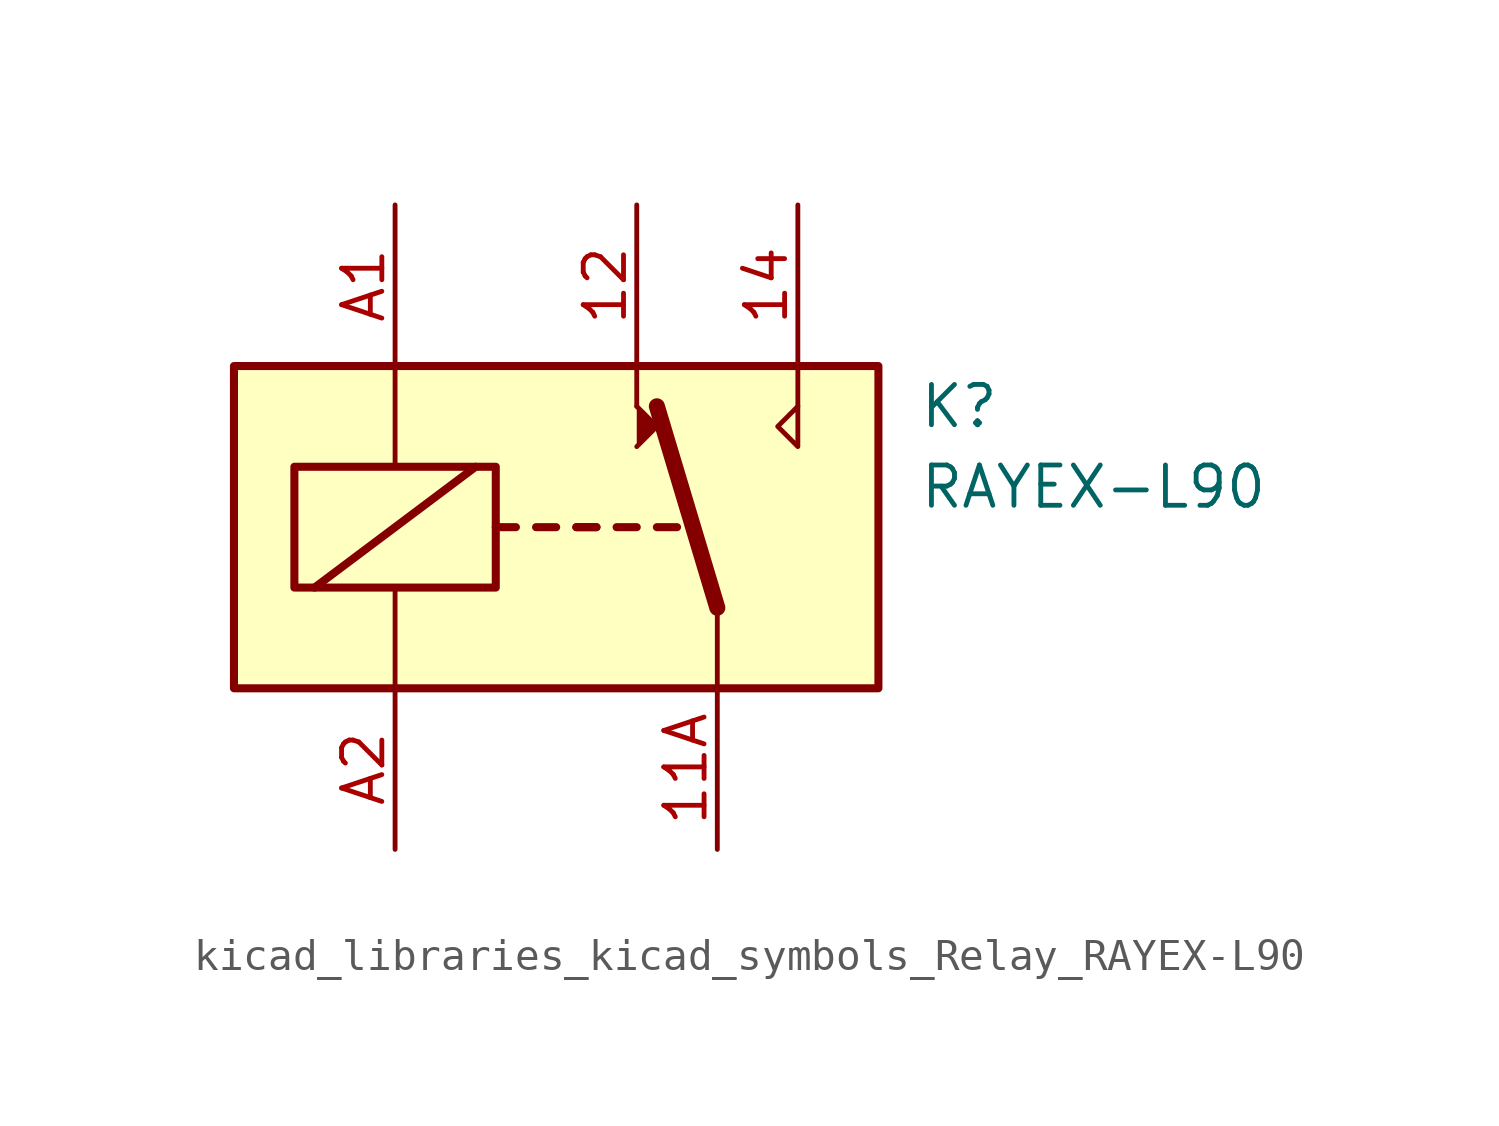
<source format=kicad_sym>
(kicad_symbol_lib
  (version 20220914)
  (generator kicad_symbol_editor)
  (symbol "kicad_libraries_kicad_symbols_Relay_RAYEX-L90"
    (property "Reference" "K"
      (at 11.43 3.81 0)
      (effects (font (size 1.27 1.27)) (justify left)))
    (property "Value" "RAYEX-L90"
      (at 11.43 1.27 0)
      (effects (font (size 1.27 1.27)) (justify left)))
    (symbol "kicad_libraries_kicad_symbols_Relay_RAYEX-L90_1_0"
      (polyline (pts (xy 2.54 3.81) (xy 2.54 5.08)) (stroke (width 0) (type default)) (fill (type none)))
      (polyline (pts (xy 7.62 3.81) (xy 7.62 5.08)) (stroke (width 0) (type default)) (fill (type none)))
      (polyline (pts (xy 7.62 3.81) (xy 7.62 2.54) (xy 6.985 3.175) (xy 7.62 3.81)) (stroke (width 0) (type default)) (fill (type none))))
    (symbol "kicad_libraries_kicad_symbols_Relay_RAYEX-L90_1_1"
      (rectangle (start -10.16 5.08) (end 10.16 -5.08) (stroke (width 0.254) (type default)) (fill (type background)))
      (rectangle (start -8.255 1.905) (end -1.905 -1.905) (stroke (width 0.254) (type default)) (fill (type none)))
      (polyline (pts (xy -7.62 -1.905) (xy -2.54 1.905)) (stroke (width 0.254) (type default)) (fill (type none)))
      (polyline (pts (xy -5.08 -5.08) (xy -5.08 -1.905)) (stroke (width 0) (type default)) (fill (type none)))
      (polyline (pts (xy -5.08 5.08) (xy -5.08 1.905)) (stroke (width 0) (type default)) (fill (type none)))
      (polyline (pts (xy -1.905 0) (xy -1.27 0)) (stroke (width 0.254) (type default)) (fill (type none)))
      (polyline (pts (xy -0.635 0) (xy 0 0)) (stroke (width 0.254) (type default)) (fill (type none)))
      (polyline (pts (xy 0.635 0) (xy 1.27 0)) (stroke (width 0.254) (type default)) (fill (type none)))
      (polyline (pts (xy 0.635 0) (xy 1.27 0)) (stroke (width 0.254) (type default)) (fill (type none)))
      (polyline (pts (xy 1.905 0) (xy 2.54 0)) (stroke (width 0.254) (type default)) (fill (type none)))
      (polyline (pts (xy 3.175 0) (xy 3.81 0)) (stroke (width 0.254) (type default)) (fill (type none)))
      (polyline (pts (xy 5.08 -2.54) (xy 3.175 3.81)) (stroke (width 0.508) (type default)) (fill (type none)))
      (polyline (pts (xy 5.08 -2.54) (xy 5.08 -5.08)) (stroke (width 0) (type default)) (fill (type none)))
      (polyline (pts (xy 2.54 2.54) (xy 3.175 3.175) (xy 2.54 3.81)) (stroke (width 0) (type default)) (fill (type outline)))
      (pin passive line (at 5.08 -10.16 90) (length 5.08) (name "~" (effects (font (size 1.27 1.27)))) (number "11A" (effects (font (size 1.27 1.27)))))
      (pin passive line (at 5.08 -10.16 90) (length 5.08) hide (name "~" (effects (font (size 1.27 1.27)))) (number "11B" (effects (font (size 1.27 1.27)))))
      (pin passive line (at 2.54 10.16 270) (length 5.08) (name "~" (effects (font (size 1.27 1.27)))) (number "12" (effects (font (size 1.27 1.27)))))
      (pin passive line (at 7.62 10.16 270) (length 5.08) (name "~" (effects (font (size 1.27 1.27)))) (number "14" (effects (font (size 1.27 1.27)))))
      (pin passive line (at -5.08 10.16 270) (length 5.08) (name "~" (effects (font (size 1.27 1.27)))) (number "A1" (effects (font (size 1.27 1.27)))))
      (pin passive line (at -5.08 -10.16 90) (length 5.08) (name "~" (effects (font (size 1.27 1.27)))) (number "A2" (effects (font (size 1.27 1.27))))))))
</source>
